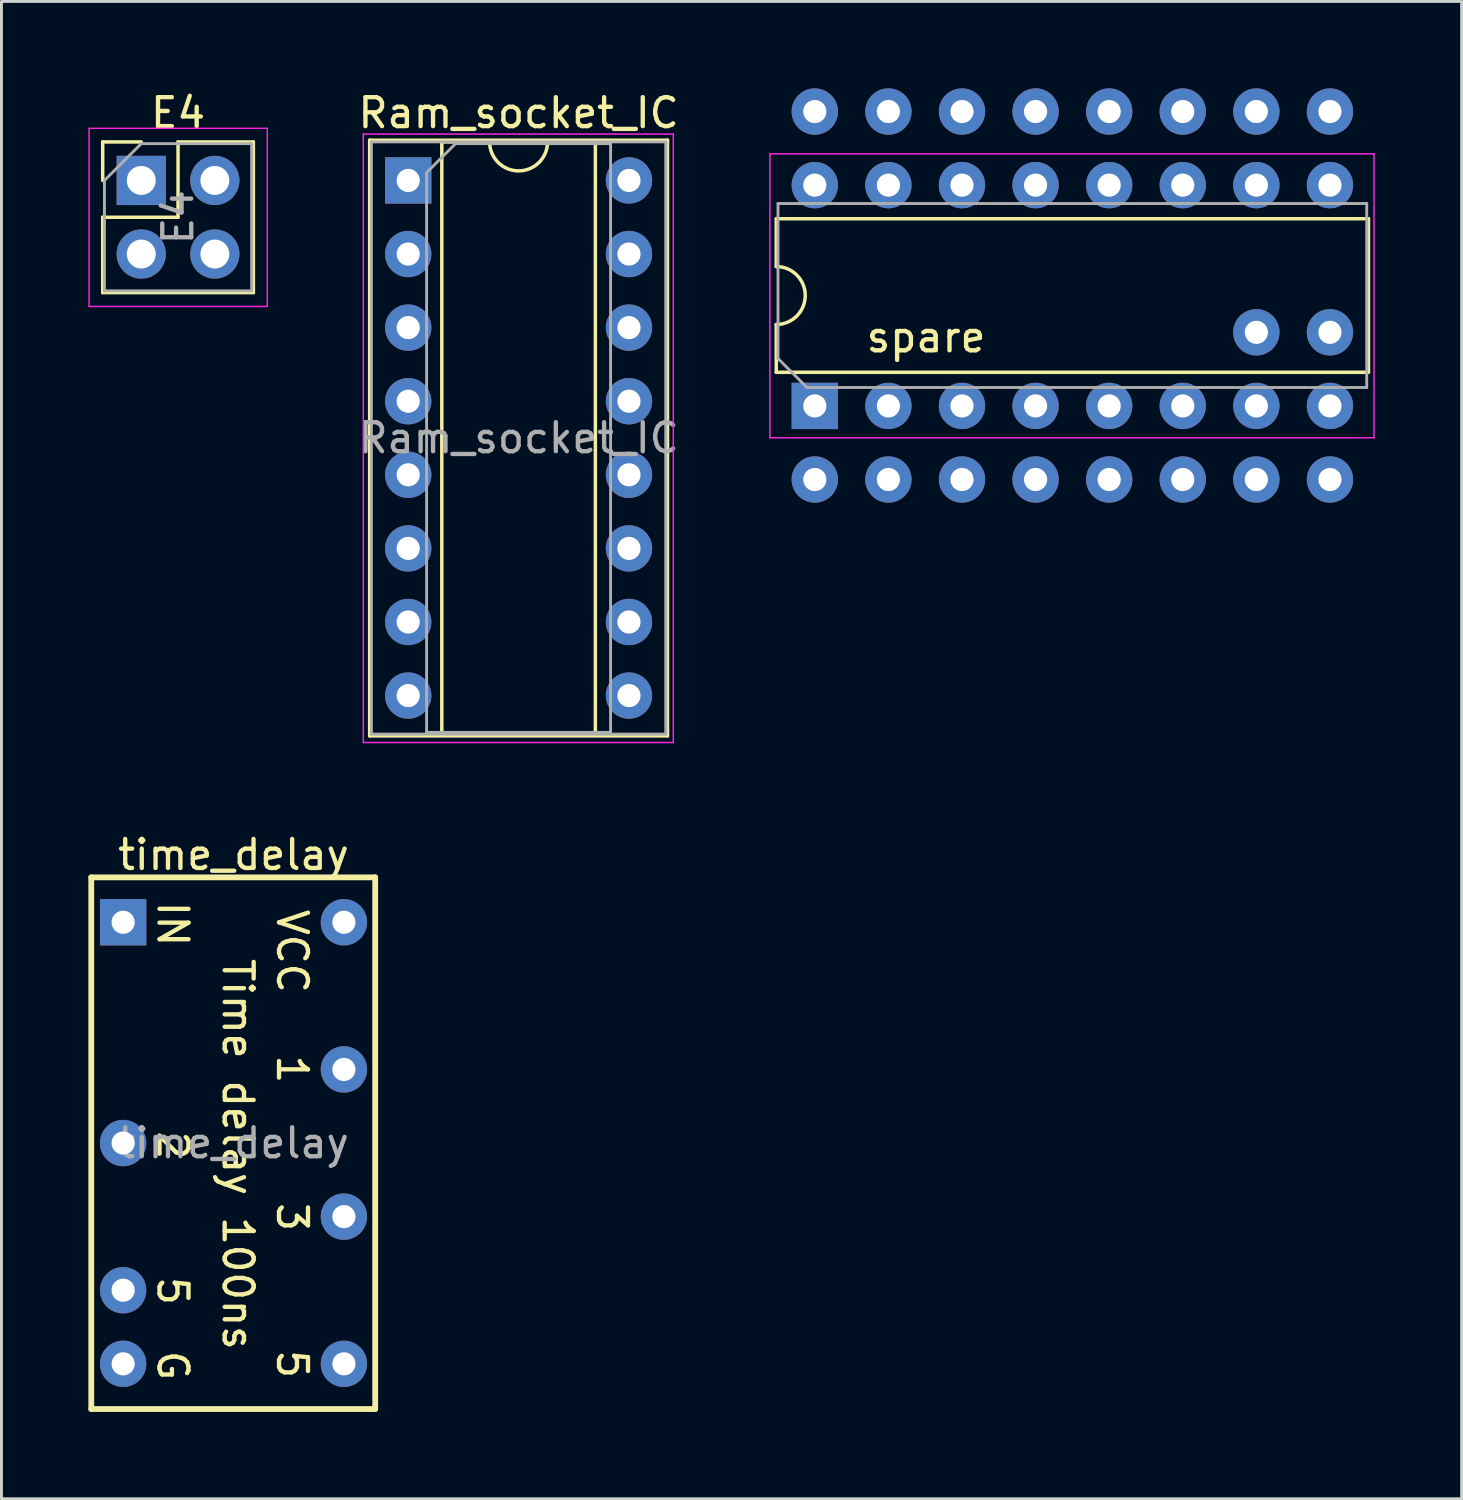
<source format=kicad_pcb>
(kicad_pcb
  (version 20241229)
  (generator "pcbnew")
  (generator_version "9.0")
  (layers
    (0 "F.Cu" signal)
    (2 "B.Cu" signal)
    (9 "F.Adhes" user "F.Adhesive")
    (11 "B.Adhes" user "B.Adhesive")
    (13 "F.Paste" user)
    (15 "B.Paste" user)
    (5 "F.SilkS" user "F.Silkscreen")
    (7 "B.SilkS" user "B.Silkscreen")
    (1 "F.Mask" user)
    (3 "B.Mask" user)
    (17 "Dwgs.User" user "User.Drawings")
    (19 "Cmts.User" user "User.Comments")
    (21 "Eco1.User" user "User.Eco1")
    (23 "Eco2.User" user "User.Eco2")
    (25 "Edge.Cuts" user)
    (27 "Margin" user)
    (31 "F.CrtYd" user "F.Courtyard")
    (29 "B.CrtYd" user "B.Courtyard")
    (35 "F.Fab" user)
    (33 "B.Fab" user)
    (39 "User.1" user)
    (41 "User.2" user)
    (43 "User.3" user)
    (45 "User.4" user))
  (footprint "spare"
    (layer "F.Cu")
    (at 25.073 10.96)
    (property "Reference" "spare" (at 3.84 -2.375 0) (layer "F.SilkS") (effects (font (size 1 1) (thickness 0.15))))
    (attr through_hole)
    (fp_line (start -1.33 -6.46) (end -1.33 -4.81) (stroke (width 0.12) (type solid)) (layer "F.SilkS"))
    (fp_line (start -1.33 -2.81) (end -1.33 -1.16) (stroke (width 0.12) (type solid)) (layer "F.SilkS"))
    (fp_line (start -1.33 -1.16) (end 19.11 -1.16) (stroke (width 0.12) (type solid)) (layer "F.SilkS"))
    (fp_line (start 19.11 -6.46) (end -1.33 -6.46) (stroke (width 0.12) (type solid)) (layer "F.SilkS"))
    (fp_line (start 19.11 -1.16) (end 19.11 -6.46) (stroke (width 0.12) (type solid)) (layer "F.SilkS"))
    (fp_arc (start -1.33 -4.81) (mid -0.33 -3.81) (end -1.33 -2.81) (stroke (width 0.12) (type solid)) (layer "F.SilkS"))
    (fp_line (start -1.55 -8.7) (end -1.55 1.1) (stroke (width 0.05) (type solid)) (layer "F.CrtYd"))
    (fp_line (start -1.55 1.1) (end 19.3 1.1) (stroke (width 0.05) (type solid)) (layer "F.CrtYd"))
    (fp_line (start 19.3 -8.7) (end -1.55 -8.7) (stroke (width 0.05) (type solid)) (layer "F.CrtYd"))
    (fp_line (start 19.3 1.1) (end 19.3 -8.7) (stroke (width 0.05) (type solid)) (layer "F.CrtYd"))
    (fp_line (start -1.27 -6.985) (end 19.05 -6.985) (stroke (width 0.1) (type solid)) (layer "F.Fab"))
    (fp_line (start -1.27 -1.635) (end -1.27 -6.985) (stroke (width 0.1) (type solid)) (layer "F.Fab"))
    (fp_line (start -0.27 -0.635) (end -1.27 -1.635) (stroke (width 0.1) (type solid)) (layer "F.Fab"))
    (fp_line (start 19.05 -6.985) (end 19.05 -0.635) (stroke (width 0.1) (type solid)) (layer "F.Fab"))
    (fp_line (start 19.05 -0.635) (end -0.27 -0.635) (stroke (width 0.1) (type solid)) (layer "F.Fab"))
    (pad "1" thru_hole rect (at 0 0 90) (size 1.6 1.6) (drill 0.8) (layers "*.Cu" "*.Mask"))
    (pad "2" thru_hole oval (at 2.54 0 90) (size 1.6 1.6) (drill 0.8) (layers "*.Cu" "*.Mask"))
    (pad "3" thru_hole oval (at 5.08 0 90) (size 1.6 1.6) (drill 0.8) (layers "*.Cu" "*.Mask"))
    (pad "4" thru_hole oval (at 7.62 0 90) (size 1.6 1.6) (drill 0.8) (layers "*.Cu" "*.Mask"))
    (pad "5" thru_hole oval (at 10.16 0 90) (size 1.6 1.6) (drill 0.8) (layers "*.Cu" "*.Mask"))
    (pad "6" thru_hole oval (at 12.7 0 90) (size 1.6 1.6) (drill 0.8) (layers "*.Cu" "*.Mask"))
    (pad "7" thru_hole oval (at 15.24 0 90) (size 1.6 1.6) (drill 0.8) (layers "*.Cu" "*.Mask"))
    (pad "8" thru_hole oval (at 17.78 0 90) (size 1.6 1.6) (drill 0.8) (layers "*.Cu" "*.Mask"))
    (pad "9" thru_hole oval (at 17.78 -7.62 90) (size 1.6 1.6) (drill 0.8) (layers "*.Cu" "*.Mask"))
    (pad "10" thru_hole oval (at 15.24 -7.62 90) (size 1.6 1.6) (drill 0.8) (layers "*.Cu" "*.Mask"))
    (pad "11" thru_hole oval (at 12.7 -7.62 90) (size 1.6 1.6) (drill 0.8) (layers "*.Cu" "*.Mask"))
    (pad "12" thru_hole oval (at 10.16 -7.62 90) (size 1.6 1.6) (drill 0.8) (layers "*.Cu" "*.Mask"))
    (pad "13" thru_hole oval (at 7.62 -7.62 90) (size 1.6 1.6) (drill 0.8) (layers "*.Cu" "*.Mask"))
    (pad "14" thru_hole oval (at 5.08 -7.62 90) (size 1.6 1.6) (drill 0.8) (layers "*.Cu" "*.Mask"))
    (pad "15" thru_hole oval (at 2.54 -7.62 90) (size 1.6 1.6) (drill 0.8) (layers "*.Cu" "*.Mask"))
    (pad "16" thru_hole oval (at 0 -7.62 90) (size 1.6 1.6) (drill 0.8) (layers "*.Cu" "*.Mask"))
    (pad "17" thru_hole circle (at 0 2.54 90) (size 1.6 1.6) (drill 0.8) (layers "*.Cu" "*.Mask"))
    (pad "18" thru_hole circle (at 2.54 2.54 90) (size 1.6 1.6) (drill 0.8) (layers "*.Cu" "*.Mask"))
    (pad "19" thru_hole circle (at 5.08 2.54 90) (size 1.6 1.6) (drill 0.8) (layers "*.Cu" "*.Mask"))
    (pad "20" thru_hole circle (at 7.62 2.54 90) (size 1.6 1.6) (drill 0.8) (layers "*.Cu" "*.Mask"))
    (pad "21" thru_hole circle (at 10.16 2.54 90) (size 1.6 1.6) (drill 0.8) (layers "*.Cu" "*.Mask"))
    (pad "22" thru_hole circle (at 12.7 2.54 90) (size 1.6 1.6) (drill 0.8) (layers "*.Cu" "*.Mask"))
    (pad "23" thru_hole circle (at 15.24 2.54 90) (size 1.6 1.6) (drill 0.8) (layers "*.Cu" "*.Mask"))
    (pad "24" thru_hole circle (at 17.78 2.54 90) (size 1.6 1.6) (drill 0.8) (layers "*.Cu" "*.Mask"))
    (pad "25" thru_hole oval (at 17.78 -10.16 90) (size 1.6 1.6) (drill 0.8) (layers "*.Cu" "*.Mask"))
    (pad "26" thru_hole oval (at 15.24 -10.16 90) (size 1.6 1.6) (drill 0.8) (layers "*.Cu" "*.Mask"))
    (pad "27" thru_hole oval (at 12.7 -10.16 90) (size 1.6 1.6) (drill 0.8) (layers "*.Cu" "*.Mask"))
    (pad "28" thru_hole oval (at 10.16 -10.16 90) (size 1.6 1.6) (drill 0.8) (layers "*.Cu" "*.Mask"))
    (pad "29" thru_hole oval (at 7.62 -10.16 90) (size 1.6 1.6) (drill 0.8) (layers "*.Cu" "*.Mask"))
    (pad "30" thru_hole oval (at 5.08 -10.16 90) (size 1.6 1.6) (drill 0.8) (layers "*.Cu" "*.Mask"))
    (pad "31" thru_hole oval (at 2.54 -10.16 90) (size 1.6 1.6) (drill 0.8) (layers "*.Cu" "*.Mask"))
    (pad "32" thru_hole oval (at 0 -10.16 90) (size 1.6 1.6) (drill 0.8) (layers "*.Cu" "*.Mask"))
    (pad "33" thru_hole oval (at 15.24 -2.54 90) (size 1.6 1.6) (drill 0.8) (layers "*.Cu" "*.Mask"))
    (pad "34" thru_hole oval (at 17.78 -2.54 90) (size 1.6 1.6) (drill 0.8) (layers "*.Cu" "*.Mask")))
  (footprint "time_delay"
    (layer "F.Cu")
    (at 1.2 28.782)
    (property "Reference" "time_delay" (at 3.81 -2.33 0) (layer "F.SilkS") (effects (font (size 1 1) (thickness 0.15))))
    (attr through_hole)
    (fp_line (start -1.1 -1.55) (end -1.1 16.8) (stroke (width 0.2) (type solid)) (layer "F.SilkS"))
    (fp_line (start -1.1 16.8) (end 8.7 16.8) (stroke (width 0.2) (type solid)) (layer "F.SilkS"))
    (fp_line (start 8.7 -1.55) (end -1.1 -1.55) (stroke (width 0.2) (type solid)) (layer "F.SilkS"))
    (fp_line (start 8.7 16.8) (end 8.7 -1.55) (stroke (width 0.2) (type solid)) (layer "F.SilkS"))
    (fp_text user "5" (at 1.125 12.15 270) (unlocked yes) (layer "F.SilkS") (effects (font (size 1 1) (thickness 0.15)) (justify left bottom)))
    (fp_text user "2" (at 1.125 7.125 270) (unlocked yes) (layer "F.SilkS") (effects (font (size 1 1) (thickness 0.15)) (justify left bottom)))
    (fp_text user "3" (at 5.25 9.6 270) (unlocked yes) (layer "F.SilkS") (effects (font (size 1 1) (thickness 0.15)) (justify left bottom)))
    (fp_text user "G" (at 1.125 14.7 270) (unlocked yes) (layer "F.SilkS") (effects (font (size 1 1) (thickness 0.15)) (justify left bottom)))
    (fp_text user "Time delay 100ns" (at 3.375 1.175 270) (unlocked yes) (layer "F.SilkS") (effects (font (size 1 1) (thickness 0.15)) (justify left bottom)))
    (fp_text user "5" (at 5.25 14.675 270) (unlocked yes) (layer "F.SilkS") (effects (font (size 1 1) (thickness 0.15)) (justify left bottom)))
    (fp_text user "1" (at 5.25 4.5 270) (unlocked yes) (layer "F.SilkS") (effects (font (size 1 1) (thickness 0.15)) (justify left bottom)))
    (fp_text user "VCC" (at 5.25 -0.525 270) (unlocked yes) (layer "F.SilkS") (effects (font (size 1 1) (thickness 0.15)) (justify left bottom)))
    (fp_text user "IN" (at 1.125 -0.8 270) (unlocked yes) (layer "F.SilkS") (effects (font (size 1 1) (thickness 0.15)) (justify left bottom)))
    (fp_text user "${REFERENCE}" (at 3.81 7.62 0) (layer "F.Fab") (effects (font (size 1 1) (thickness 0.15))))
    (pad "1" thru_hole rect (at 0 0) (size 1.6 1.6) (drill 0.8) (layers "*.Cu" "*.Mask"))
    (pad "4" thru_hole oval (at 0 7.62) (size 1.6 1.6) (drill 0.8) (layers "*.Cu" "*.Mask"))
    (pad "6" thru_hole oval (at 0 12.7) (size 1.6 1.6) (drill 0.8) (layers "*.Cu" "*.Mask"))
    (pad "7" thru_hole oval (at 0 15.24) (size 1.6 1.6) (drill 0.8) (layers "*.Cu" "*.Mask"))
    (pad "8" thru_hole oval (at 7.62 15.24) (size 1.6 1.6) (drill 0.8) (layers "*.Cu" "*.Mask"))
    (pad "10" thru_hole oval (at 7.62 10.16) (size 1.6 1.6) (drill 0.8) (layers "*.Cu" "*.Mask"))
    (pad "12" thru_hole oval (at 7.62 5.08) (size 1.6 1.6) (drill 0.8) (layers "*.Cu" "*.Mask"))
    (pad "14" thru_hole oval (at 7.62 0) (size 1.6 1.6) (drill 0.8) (layers "*.Cu" "*.Mask")))
  (footprint "E4"
    (layer "F.Cu")
    (at 1.825 3.178)
    (property "Reference" "E4" (at 1.27 -2.33 0) (layer "F.SilkS") (effects (font (size 1 1) (thickness 0.15))))
    (attr through_hole)
    (fp_line (start -1.33 -1.33) (end 0 -1.33) (stroke (width 0.12) (type solid)) (layer "F.SilkS"))
    (fp_line (start -1.33 0) (end -1.33 -1.33) (stroke (width 0.12) (type solid)) (layer "F.SilkS"))
    (fp_line (start -1.33 1.27) (end -1.33 3.87) (stroke (width 0.12) (type solid)) (layer "F.SilkS"))
    (fp_line (start -1.33 1.27) (end 1.27 1.27) (stroke (width 0.12) (type solid)) (layer "F.SilkS"))
    (fp_line (start -1.33 3.87) (end 3.87 3.87) (stroke (width 0.12) (type solid)) (layer "F.SilkS"))
    (fp_line (start 1.27 -1.33) (end 3.87 -1.33) (stroke (width 0.12) (type solid)) (layer "F.SilkS"))
    (fp_line (start 1.27 1.27) (end 1.27 -1.33) (stroke (width 0.12) (type solid)) (layer "F.SilkS"))
    (fp_line (start 3.87 -1.33) (end 3.87 3.87) (stroke (width 0.12) (type solid)) (layer "F.SilkS"))
    (fp_line (start -1.8 -1.8) (end -1.8 4.35) (stroke (width 0.05) (type solid)) (layer "F.CrtYd"))
    (fp_line (start -1.8 4.35) (end 4.35 4.35) (stroke (width 0.05) (type solid)) (layer "F.CrtYd"))
    (fp_line (start 4.35 -1.8) (end -1.8 -1.8) (stroke (width 0.05) (type solid)) (layer "F.CrtYd"))
    (fp_line (start 4.35 4.35) (end 4.35 -1.8) (stroke (width 0.05) (type solid)) (layer "F.CrtYd"))
    (fp_line (start -1.27 0) (end 0 -1.27) (stroke (width 0.1) (type solid)) (layer "F.Fab"))
    (fp_line (start -1.27 3.81) (end -1.27 0) (stroke (width 0.1) (type solid)) (layer "F.Fab"))
    (fp_line (start 0 -1.27) (end 3.81 -1.27) (stroke (width 0.1) (type solid)) (layer "F.Fab"))
    (fp_line (start 3.81 -1.27) (end 3.81 3.81) (stroke (width 0.1) (type solid)) (layer "F.Fab"))
    (fp_line (start 3.81 3.81) (end -1.27 3.81) (stroke (width 0.1) (type solid)) (layer "F.Fab"))
    (fp_text user "${REFERENCE}" (at 1.27 1.27 90) (layer "F.Fab") (effects (font (size 1 1) (thickness 0.15))))
    (pad "1" thru_hole rect (at 0 0) (size 1.7 1.7) (drill 1) (layers "*.Cu" "*.Mask"))
    (pad "1" thru_hole oval (at 0 2.54) (size 1.7 1.7) (drill 1) (layers "*.Cu" "*.Mask"))
    (pad "2" thru_hole oval (at 2.54 0) (size 1.7 1.7) (drill 1) (layers "*.Cu" "*.Mask"))
    (pad "4" thru_hole oval (at 2.54 2.54) (size 1.7 1.7) (drill 1) (layers "*.Cu" "*.Mask")))
  (footprint "Ram_socket_IC"
    (layer "F.Cu")
    (at 11.039 3.178)
    (property "Reference" "Ram_socket_IC" (at 3.81 -2.33 0) (layer "F.SilkS") (effects (font (size 1 1) (thickness 0.15))))
    (attr through_hole)
    (fp_line (start -1.33 -1.39) (end -1.33 19.17) (stroke (width 0.12) (type solid)) (layer "F.SilkS"))
    (fp_line (start -1.33 19.17) (end 8.95 19.17) (stroke (width 0.12) (type solid)) (layer "F.SilkS"))
    (fp_line (start 1.16 -1.33) (end 1.16 19.11) (stroke (width 0.12) (type solid)) (layer "F.SilkS"))
    (fp_line (start 1.16 19.11) (end 6.46 19.11) (stroke (width 0.12) (type solid)) (layer "F.SilkS"))
    (fp_line (start 2.81 -1.33) (end 1.16 -1.33) (stroke (width 0.12) (type solid)) (layer "F.SilkS"))
    (fp_line (start 6.46 -1.33) (end 4.81 -1.33) (stroke (width 0.12) (type solid)) (layer "F.SilkS"))
    (fp_line (start 6.46 19.11) (end 6.46 -1.33) (stroke (width 0.12) (type solid)) (layer "F.SilkS"))
    (fp_line (start 8.95 -1.39) (end -1.33 -1.39) (stroke (width 0.12) (type solid)) (layer "F.SilkS"))
    (fp_line (start 8.95 19.17) (end 8.95 -1.39) (stroke (width 0.12) (type solid)) (layer "F.SilkS"))
    (fp_arc (start 4.81 -1.33) (mid 3.81 -0.33) (end 2.81 -1.33) (stroke (width 0.12) (type solid)) (layer "F.SilkS"))
    (fp_line (start -1.55 -1.6) (end -1.55 19.4) (stroke (width 0.05) (type solid)) (layer "F.CrtYd"))
    (fp_line (start -1.55 19.4) (end 9.15 19.4) (stroke (width 0.05) (type solid)) (layer "F.CrtYd"))
    (fp_line (start 9.15 -1.6) (end -1.55 -1.6) (stroke (width 0.05) (type solid)) (layer "F.CrtYd"))
    (fp_line (start 9.15 19.4) (end 9.15 -1.6) (stroke (width 0.05) (type solid)) (layer "F.CrtYd"))
    (fp_line (start -1.27 -1.33) (end -1.27 19.11) (stroke (width 0.1) (type solid)) (layer "F.Fab"))
    (fp_line (start -1.27 19.11) (end 8.89 19.11) (stroke (width 0.1) (type solid)) (layer "F.Fab"))
    (fp_line (start 0.635 -0.27) (end 1.635 -1.27) (stroke (width 0.1) (type solid)) (layer "F.Fab"))
    (fp_line (start 0.635 19.05) (end 0.635 -0.27) (stroke (width 0.1) (type solid)) (layer "F.Fab"))
    (fp_line (start 1.635 -1.27) (end 6.985 -1.27) (stroke (width 0.1) (type solid)) (layer "F.Fab"))
    (fp_line (start 6.985 -1.27) (end 6.985 19.05) (stroke (width 0.1) (type solid)) (layer "F.Fab"))
    (fp_line (start 6.985 19.05) (end 0.635 19.05) (stroke (width 0.1) (type solid)) (layer "F.Fab"))
    (fp_line (start 8.89 -1.33) (end -1.27 -1.33) (stroke (width 0.1) (type solid)) (layer "F.Fab"))
    (fp_line (start 8.89 19.11) (end 8.89 -1.33) (stroke (width 0.1) (type solid)) (layer "F.Fab"))
    (fp_text user "${REFERENCE}" (at 3.81 8.89 0) (layer "F.Fab") (effects (font (size 1 1) (thickness 0.15))))
    (pad "1" thru_hole rect (at 0 0) (size 1.6 1.6) (drill 0.8) (layers "*.Cu" "*.Mask"))
    (pad "2" thru_hole oval (at 0 2.54) (size 1.6 1.6) (drill 0.8) (layers "*.Cu" "*.Mask"))
    (pad "3" thru_hole oval (at 0 5.08) (size 1.6 1.6) (drill 0.8) (layers "*.Cu" "*.Mask"))
    (pad "4" thru_hole oval (at 0 7.62) (size 1.6 1.6) (drill 0.8) (layers "*.Cu" "*.Mask"))
    (pad "5" thru_hole oval (at 0 10.16) (size 1.6 1.6) (drill 0.8) (layers "*.Cu" "*.Mask"))
    (pad "6" thru_hole oval (at 0 12.7) (size 1.6 1.6) (drill 0.8) (layers "*.Cu" "*.Mask"))
    (pad "7" thru_hole oval (at 0 15.24) (size 1.6 1.6) (drill 0.8) (layers "*.Cu" "*.Mask"))
    (pad "8" thru_hole oval (at 0 17.78) (size 1.6 1.6) (drill 0.8) (layers "*.Cu" "*.Mask"))
    (pad "9" thru_hole oval (at 7.62 17.78) (size 1.6 1.6) (drill 0.8) (layers "*.Cu" "*.Mask"))
    (pad "10" thru_hole oval (at 7.62 15.24) (size 1.6 1.6) (drill 0.8) (layers "*.Cu" "*.Mask"))
    (pad "11" thru_hole oval (at 7.62 12.7) (size 1.6 1.6) (drill 0.8) (layers "*.Cu" "*.Mask"))
    (pad "12" thru_hole oval (at 7.62 10.16) (size 1.6 1.6) (drill 0.8) (layers "*.Cu" "*.Mask"))
    (pad "13" thru_hole oval (at 7.62 7.62) (size 1.6 1.6) (drill 0.8) (layers "*.Cu" "*.Mask"))
    (pad "14" thru_hole oval (at 7.62 5.08) (size 1.6 1.6) (drill 0.8) (layers "*.Cu" "*.Mask"))
    (pad "15" thru_hole oval (at 7.62 2.54) (size 1.6 1.6) (drill 0.8) (layers "*.Cu" "*.Mask"))
    (pad "16" thru_hole oval (at 7.62 0) (size 1.6 1.6) (drill 0.8) (layers "*.Cu" "*.Mask")))
  (gr_rect
    (start -3 -3)
    (end 47.398 48.681)
    (stroke (width 0.1) (type default))
    (fill no)
    (layer "Edge.Cuts")))
</source>
